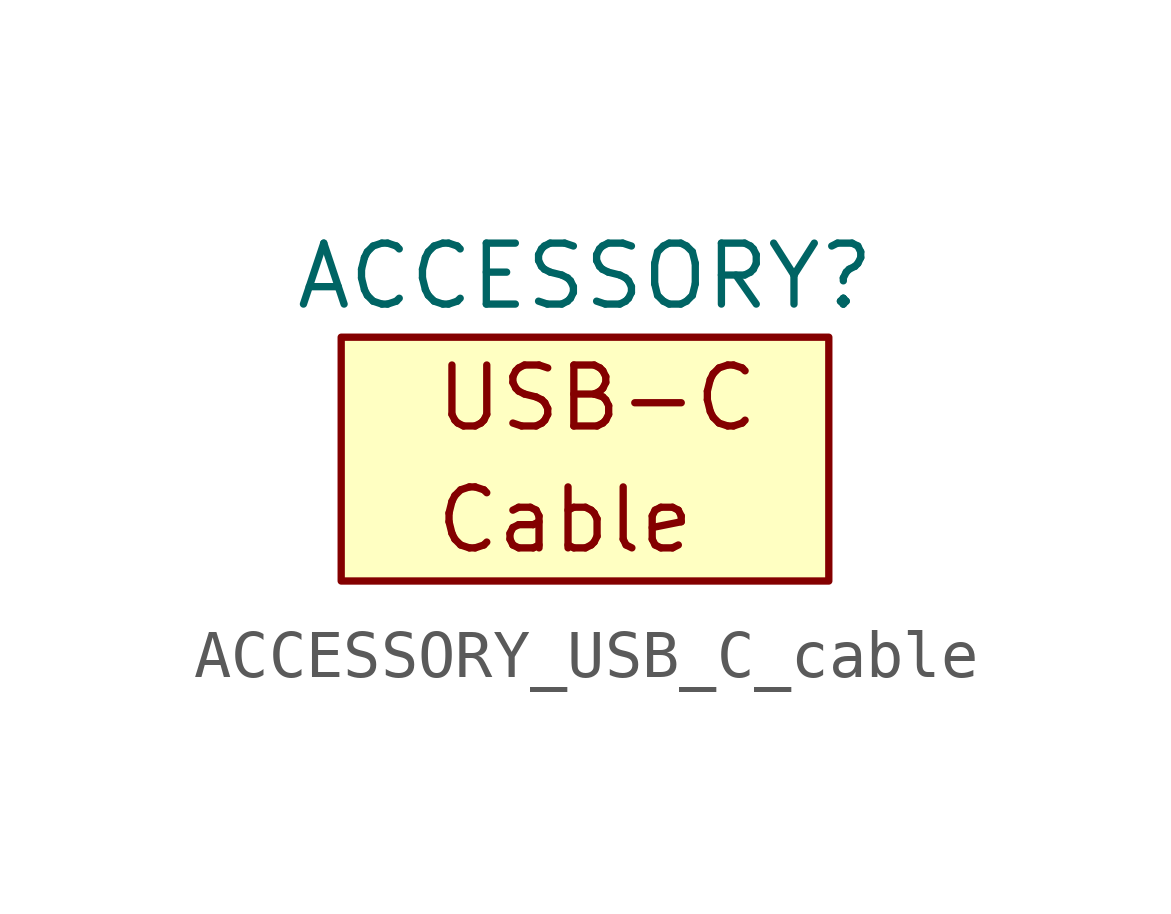
<source format=kicad_sym>
(kicad_symbol_lib
  (version 20211014)
  (generator kicad_symbol_editor)
  (symbol "ACCESSORY_USB_C_cable"
    (property "Reference" "ACCESSORY"
      (at 0 3.81 0)
      (effects (font (size 1.27 1.27))))
    (symbol "ACCESSORY_USB_C_cable_0_0"
      (text "Cable" (at -3.175 -1.27 0) (effects (font (size 1.27 1.27)) (justify left)))
      (text "USB-C" (at -3.175 1.27 0) (effects (font (size 1.27 1.27)) (justify left))))
    (symbol "ACCESSORY_USB_C_cable_0_1"
      (rectangle (start -5.08 2.54) (end 5.08 -2.54) (stroke (width 0) (type default) (color 0 0 0 0)) (fill (type background))))))
</source>
